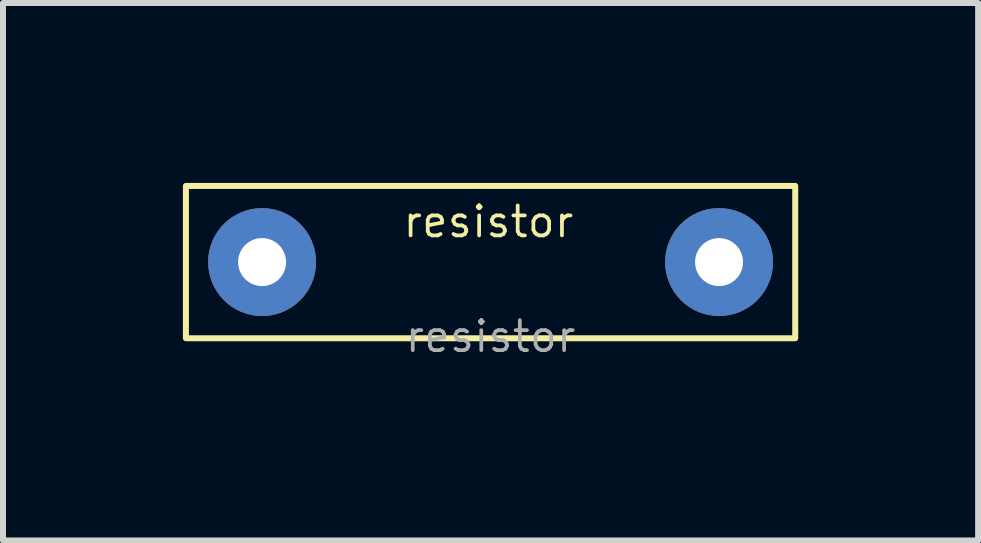
<source format=kicad_pcb>
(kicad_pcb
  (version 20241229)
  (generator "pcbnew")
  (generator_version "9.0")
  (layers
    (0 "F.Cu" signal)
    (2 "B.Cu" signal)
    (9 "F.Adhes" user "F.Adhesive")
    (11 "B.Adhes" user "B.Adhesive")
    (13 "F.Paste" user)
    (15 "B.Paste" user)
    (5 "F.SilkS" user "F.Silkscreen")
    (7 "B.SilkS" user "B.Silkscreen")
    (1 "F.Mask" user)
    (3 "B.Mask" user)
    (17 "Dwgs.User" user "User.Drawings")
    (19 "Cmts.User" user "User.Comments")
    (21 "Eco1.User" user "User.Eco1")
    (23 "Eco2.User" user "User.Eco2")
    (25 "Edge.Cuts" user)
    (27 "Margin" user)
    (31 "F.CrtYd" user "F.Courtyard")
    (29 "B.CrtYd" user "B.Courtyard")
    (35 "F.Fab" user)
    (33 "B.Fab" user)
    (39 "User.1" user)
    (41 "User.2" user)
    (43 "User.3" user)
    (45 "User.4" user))
  (footprint "resistor"
    (layer "F.Cu")
    (at 1.32 1.32)
    (property "Reference" "resistor" (at 3.774 -0.673 0) (unlocked yes) (layer "F.SilkS") (effects (font (size 0.5 0.5) (thickness 0.062))))
    (fp_rect (start -1.27 -1.27) (end 8.89 1.27) (stroke (width 0.1) (type solid)) (fill no) (layer "F.SilkS"))
    (fp_text user "${REFERENCE}" (at 3.81 1.24 0) (unlocked yes) (layer "F.Fab") (effects (font (size 0.5 0.5) (thickness 0.062))))
    (pad "1" thru_hole circle (at 0 0) (size 1.8 1.8) (drill 0.8) (layers "*.Cu" "*.Mask"))
    (pad "2" thru_hole circle (at 7.62 0) (size 1.8 1.8) (drill 0.8) (layers "*.Cu" "*.Mask")))
  (gr_rect
    (start -3 -3)
    (end 13.26 5.962)
    (stroke (width 0.1) (type default))
    (fill no)
    (layer "Edge.Cuts")))
</source>
